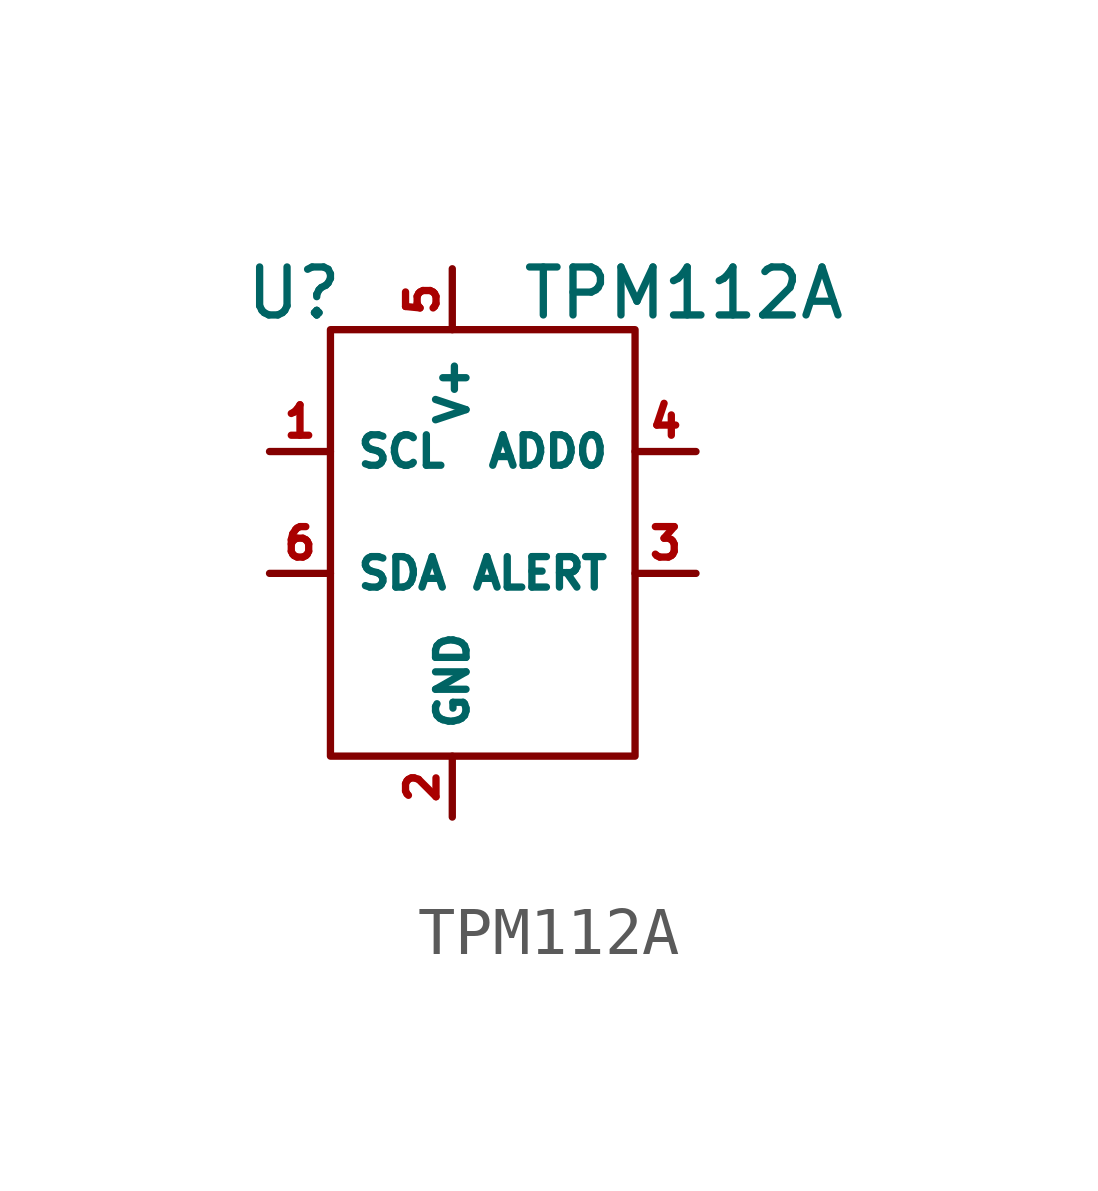
<source format=kicad_sym>
(kicad_symbol_lib
  (version 20241209)
  (generator "kicad_symbol_editor")
  (generator_version "9.0")
  (symbol "TPM112A"
    (property "Reference" "U"
      (at -3.302 4.572 0)
      (effects (font (size 1 1))))
    (property "Value" "TPM112A"
      (at 4.826 4.572 0)
      (effects (font (size 1 1))))
    (symbol "TPM112A_0_1"
      (rectangle (start -2.54 3.81) (end 3.81 -5.08) (stroke (width 0) (type default)) (fill (type none))))
    (symbol "TPM112A_1_1"
      (pin input line (at -3.81 1.27 0) (length 1.27) (name "SCL" (effects (font (size 0.635 0.635)))) (number "1" (effects (font (size 0.635 0.635)))))
      (pin bidirectional line (at -3.81 -1.27 0) (length 1.27) (name "SDA" (effects (font (size 0.635 0.635)))) (number "6" (effects (font (size 0.635 0.635)))))
      (pin power_in line (at 0 5.08 270) (length 1.27) (name "V+" (effects (font (size 0.635 0.635)))) (number "5" (effects (font (size 0.635 0.635)))))
      (pin power_in line (at 0 -6.35 90) (length 1.27) (name "GND" (effects (font (size 0.635 0.635)))) (number "2" (effects (font (size 0.635 0.635)))))
      (pin input line (at 5.08 1.27 180) (length 1.27) (name "ADD0" (effects (font (size 0.635 0.635)))) (number "4" (effects (font (size 0.635 0.635)))))
      (pin output line (at 5.08 -1.27 180) (length 1.27) (name "ALERT" (effects (font (size 0.635 0.635)))) (number "3" (effects (font (size 0.635 0.635))))))))
</source>
